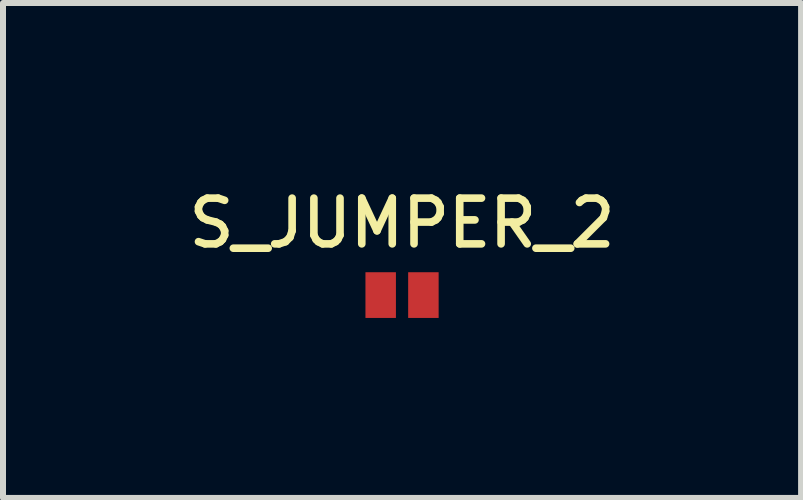
<source format=kicad_pcb>
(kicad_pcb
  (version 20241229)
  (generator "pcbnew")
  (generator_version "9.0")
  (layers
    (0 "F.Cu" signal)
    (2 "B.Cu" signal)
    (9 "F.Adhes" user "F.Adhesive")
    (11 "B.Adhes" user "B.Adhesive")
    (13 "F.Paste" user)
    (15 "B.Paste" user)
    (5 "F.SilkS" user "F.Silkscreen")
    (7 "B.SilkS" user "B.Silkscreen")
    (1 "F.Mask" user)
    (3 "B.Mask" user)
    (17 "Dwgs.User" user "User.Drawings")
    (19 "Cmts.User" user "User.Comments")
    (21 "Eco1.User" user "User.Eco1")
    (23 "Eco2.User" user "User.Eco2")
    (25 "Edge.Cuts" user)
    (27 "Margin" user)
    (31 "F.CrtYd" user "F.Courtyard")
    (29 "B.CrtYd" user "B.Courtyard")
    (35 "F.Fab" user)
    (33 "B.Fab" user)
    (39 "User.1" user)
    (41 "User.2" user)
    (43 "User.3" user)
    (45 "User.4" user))
  (footprint "S_JUMPER_2"
    (layer "F.Cu")
    (at 3.652 1.869)
    (property "Reference" "S_JUMPER_2" (at 0 -1.2 0) (layer "F.SilkS") (effects (font (size 0.762 0.762) (thickness 0.127))))
    (attr through_hole)
    (pad "1" smd rect (at -0.356 0) (size 0.508 0.762) (layers "F.Cu" "F.Mask" "F.Paste"))
    (pad "2" smd rect (at 0.356 0) (size 0.508 0.762) (layers "F.Cu" "F.Mask" "F.Paste")))
  (gr_rect
    (start -3 -3)
    (end 10.304 5.25)
    (stroke (width 0.1) (type default))
    (fill no)
    (layer "Edge.Cuts")))
</source>
